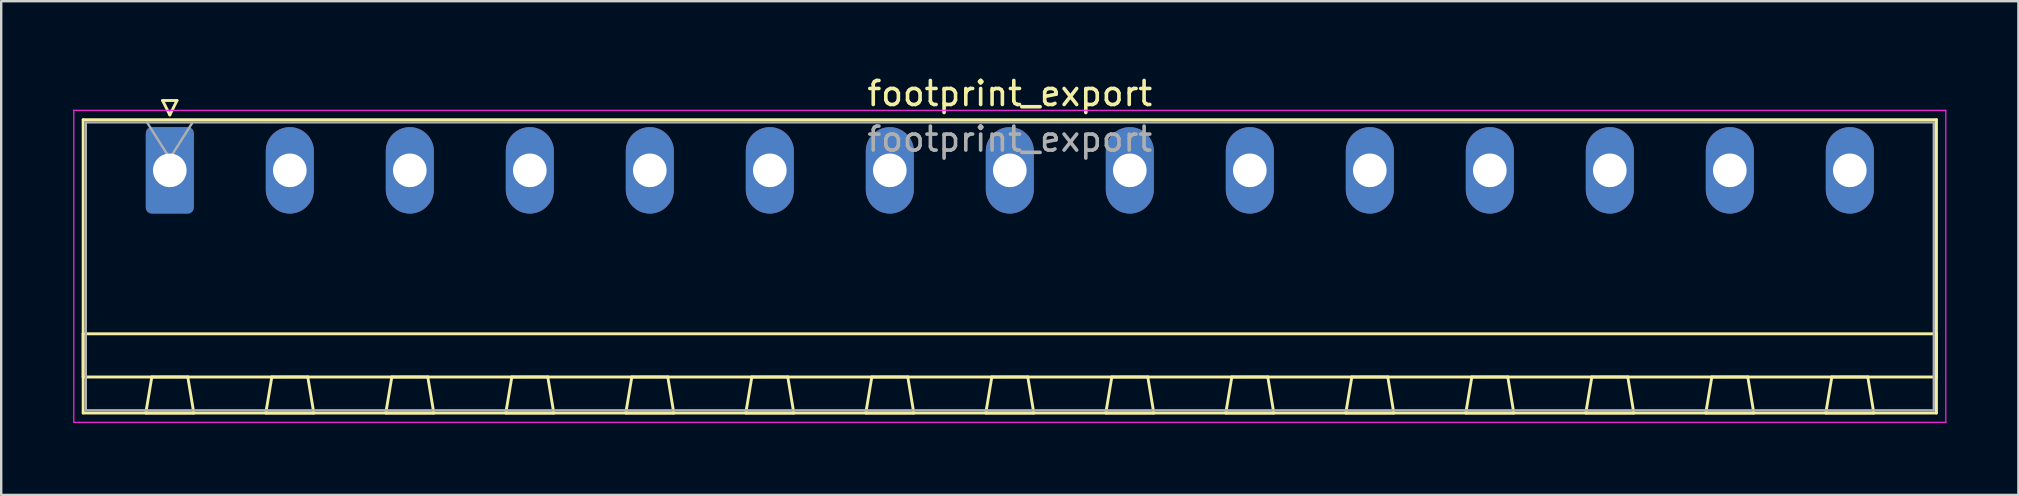
<source format=kicad_pcb>
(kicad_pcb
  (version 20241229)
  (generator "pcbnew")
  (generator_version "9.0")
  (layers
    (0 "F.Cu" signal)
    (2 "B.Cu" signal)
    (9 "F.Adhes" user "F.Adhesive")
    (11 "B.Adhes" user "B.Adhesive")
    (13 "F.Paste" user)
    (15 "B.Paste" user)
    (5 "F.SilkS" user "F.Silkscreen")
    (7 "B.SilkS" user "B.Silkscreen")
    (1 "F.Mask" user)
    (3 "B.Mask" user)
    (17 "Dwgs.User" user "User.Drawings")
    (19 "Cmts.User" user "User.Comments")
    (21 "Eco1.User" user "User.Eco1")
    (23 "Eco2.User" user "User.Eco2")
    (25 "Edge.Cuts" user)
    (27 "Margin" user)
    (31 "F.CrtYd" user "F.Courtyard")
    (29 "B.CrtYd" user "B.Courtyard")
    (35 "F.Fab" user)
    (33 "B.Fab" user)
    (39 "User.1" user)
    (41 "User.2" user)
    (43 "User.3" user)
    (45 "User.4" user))
  (footprint "footprint_export"
    (layer "F.Cu")
    (at 4.025 4.048)
    (property "Reference" "footprint_export" (at 35 -3.2 0) (layer "F.SilkS") (effects (font (size 1 1) (thickness 0.15))))
    (attr through_hole)
    (fp_line (start -3.61 -2.11) (end -3.61 10.11) (stroke (width 0.12) (type solid)) (layer "F.SilkS"))
    (fp_line (start -3.61 6.81) (end 73.61 6.81) (stroke (width 0.12) (type solid)) (layer "F.SilkS"))
    (fp_line (start -3.61 8.61) (end -3.61 6.81) (stroke (width 0.12) (type solid)) (layer "F.SilkS"))
    (fp_line (start -3.61 10.11) (end 73.61 10.11) (stroke (width 0.12) (type solid)) (layer "F.SilkS"))
    (fp_line (start -1 10.11) (end 1 10.11) (stroke (width 0.12) (type solid)) (layer "F.SilkS"))
    (fp_line (start -0.75 8.61) (end -1 10.11) (stroke (width 0.12) (type solid)) (layer "F.SilkS"))
    (fp_line (start -0.3 -2.91) (end 0.3 -2.91) (stroke (width 0.12) (type solid)) (layer "F.SilkS"))
    (fp_line (start 0 -2.31) (end -0.3 -2.91) (stroke (width 0.12) (type solid)) (layer "F.SilkS"))
    (fp_line (start 0.3 -2.91) (end 0 -2.31) (stroke (width 0.12) (type solid)) (layer "F.SilkS"))
    (fp_line (start 0.75 8.61) (end -0.75 8.61) (stroke (width 0.12) (type solid)) (layer "F.SilkS"))
    (fp_line (start 1 10.11) (end 0.75 8.61) (stroke (width 0.12) (type solid)) (layer "F.SilkS"))
    (fp_line (start 4 10.11) (end 6 10.11) (stroke (width 0.12) (type solid)) (layer "F.SilkS"))
    (fp_line (start 4.25 8.61) (end 4 10.11) (stroke (width 0.12) (type solid)) (layer "F.SilkS"))
    (fp_line (start 5.75 8.61) (end 4.25 8.61) (stroke (width 0.12) (type solid)) (layer "F.SilkS"))
    (fp_line (start 6 10.11) (end 5.75 8.61) (stroke (width 0.12) (type solid)) (layer "F.SilkS"))
    (fp_line (start 9 10.11) (end 11 10.11) (stroke (width 0.12) (type solid)) (layer "F.SilkS"))
    (fp_line (start 9.25 8.61) (end 9 10.11) (stroke (width 0.12) (type solid)) (layer "F.SilkS"))
    (fp_line (start 10.75 8.61) (end 9.25 8.61) (stroke (width 0.12) (type solid)) (layer "F.SilkS"))
    (fp_line (start 11 10.11) (end 10.75 8.61) (stroke (width 0.12) (type solid)) (layer "F.SilkS"))
    (fp_line (start 14 10.11) (end 16 10.11) (stroke (width 0.12) (type solid)) (layer "F.SilkS"))
    (fp_line (start 14.25 8.61) (end 14 10.11) (stroke (width 0.12) (type solid)) (layer "F.SilkS"))
    (fp_line (start 15.75 8.61) (end 14.25 8.61) (stroke (width 0.12) (type solid)) (layer "F.SilkS"))
    (fp_line (start 16 10.11) (end 15.75 8.61) (stroke (width 0.12) (type solid)) (layer "F.SilkS"))
    (fp_line (start 19 10.11) (end 21 10.11) (stroke (width 0.12) (type solid)) (layer "F.SilkS"))
    (fp_line (start 19.25 8.61) (end 19 10.11) (stroke (width 0.12) (type solid)) (layer "F.SilkS"))
    (fp_line (start 20.75 8.61) (end 19.25 8.61) (stroke (width 0.12) (type solid)) (layer "F.SilkS"))
    (fp_line (start 21 10.11) (end 20.75 8.61) (stroke (width 0.12) (type solid)) (layer "F.SilkS"))
    (fp_line (start 24 10.11) (end 26 10.11) (stroke (width 0.12) (type solid)) (layer "F.SilkS"))
    (fp_line (start 24.25 8.61) (end 24 10.11) (stroke (width 0.12) (type solid)) (layer "F.SilkS"))
    (fp_line (start 25.75 8.61) (end 24.25 8.61) (stroke (width 0.12) (type solid)) (layer "F.SilkS"))
    (fp_line (start 26 10.11) (end 25.75 8.61) (stroke (width 0.12) (type solid)) (layer "F.SilkS"))
    (fp_line (start 29 10.11) (end 31 10.11) (stroke (width 0.12) (type solid)) (layer "F.SilkS"))
    (fp_line (start 29.25 8.61) (end 29 10.11) (stroke (width 0.12) (type solid)) (layer "F.SilkS"))
    (fp_line (start 30.75 8.61) (end 29.25 8.61) (stroke (width 0.12) (type solid)) (layer "F.SilkS"))
    (fp_line (start 31 10.11) (end 30.75 8.61) (stroke (width 0.12) (type solid)) (layer "F.SilkS"))
    (fp_line (start 34 10.11) (end 36 10.11) (stroke (width 0.12) (type solid)) (layer "F.SilkS"))
    (fp_line (start 34.25 8.61) (end 34 10.11) (stroke (width 0.12) (type solid)) (layer "F.SilkS"))
    (fp_line (start 35.75 8.61) (end 34.25 8.61) (stroke (width 0.12) (type solid)) (layer "F.SilkS"))
    (fp_line (start 36 10.11) (end 35.75 8.61) (stroke (width 0.12) (type solid)) (layer "F.SilkS"))
    (fp_line (start 39 10.11) (end 41 10.11) (stroke (width 0.12) (type solid)) (layer "F.SilkS"))
    (fp_line (start 39.25 8.61) (end 39 10.11) (stroke (width 0.12) (type solid)) (layer "F.SilkS"))
    (fp_line (start 40.75 8.61) (end 39.25 8.61) (stroke (width 0.12) (type solid)) (layer "F.SilkS"))
    (fp_line (start 41 10.11) (end 40.75 8.61) (stroke (width 0.12) (type solid)) (layer "F.SilkS"))
    (fp_line (start 44 10.11) (end 46 10.11) (stroke (width 0.12) (type solid)) (layer "F.SilkS"))
    (fp_line (start 44.25 8.61) (end 44 10.11) (stroke (width 0.12) (type solid)) (layer "F.SilkS"))
    (fp_line (start 45.75 8.61) (end 44.25 8.61) (stroke (width 0.12) (type solid)) (layer "F.SilkS"))
    (fp_line (start 46 10.11) (end 45.75 8.61) (stroke (width 0.12) (type solid)) (layer "F.SilkS"))
    (fp_line (start 49 10.11) (end 51 10.11) (stroke (width 0.12) (type solid)) (layer "F.SilkS"))
    (fp_line (start 49.25 8.61) (end 49 10.11) (stroke (width 0.12) (type solid)) (layer "F.SilkS"))
    (fp_line (start 50.75 8.61) (end 49.25 8.61) (stroke (width 0.12) (type solid)) (layer "F.SilkS"))
    (fp_line (start 51 10.11) (end 50.75 8.61) (stroke (width 0.12) (type solid)) (layer "F.SilkS"))
    (fp_line (start 54 10.11) (end 56 10.11) (stroke (width 0.12) (type solid)) (layer "F.SilkS"))
    (fp_line (start 54.25 8.61) (end 54 10.11) (stroke (width 0.12) (type solid)) (layer "F.SilkS"))
    (fp_line (start 55.75 8.61) (end 54.25 8.61) (stroke (width 0.12) (type solid)) (layer "F.SilkS"))
    (fp_line (start 56 10.11) (end 55.75 8.61) (stroke (width 0.12) (type solid)) (layer "F.SilkS"))
    (fp_line (start 59 10.11) (end 61 10.11) (stroke (width 0.12) (type solid)) (layer "F.SilkS"))
    (fp_line (start 59.25 8.61) (end 59 10.11) (stroke (width 0.12) (type solid)) (layer "F.SilkS"))
    (fp_line (start 60.75 8.61) (end 59.25 8.61) (stroke (width 0.12) (type solid)) (layer "F.SilkS"))
    (fp_line (start 61 10.11) (end 60.75 8.61) (stroke (width 0.12) (type solid)) (layer "F.SilkS"))
    (fp_line (start 64 10.11) (end 66 10.11) (stroke (width 0.12) (type solid)) (layer "F.SilkS"))
    (fp_line (start 64.25 8.61) (end 64 10.11) (stroke (width 0.12) (type solid)) (layer "F.SilkS"))
    (fp_line (start 65.75 8.61) (end 64.25 8.61) (stroke (width 0.12) (type solid)) (layer "F.SilkS"))
    (fp_line (start 66 10.11) (end 65.75 8.61) (stroke (width 0.12) (type solid)) (layer "F.SilkS"))
    (fp_line (start 69 10.11) (end 71 10.11) (stroke (width 0.12) (type solid)) (layer "F.SilkS"))
    (fp_line (start 69.25 8.61) (end 69 10.11) (stroke (width 0.12) (type solid)) (layer "F.SilkS"))
    (fp_line (start 70.75 8.61) (end 69.25 8.61) (stroke (width 0.12) (type solid)) (layer "F.SilkS"))
    (fp_line (start 71 10.11) (end 70.75 8.61) (stroke (width 0.12) (type solid)) (layer "F.SilkS"))
    (fp_line (start 73.61 -2.11) (end -3.61 -2.11) (stroke (width 0.12) (type solid)) (layer "F.SilkS"))
    (fp_line (start 73.61 6.81) (end 73.61 8.61) (stroke (width 0.12) (type solid)) (layer "F.SilkS"))
    (fp_line (start 73.61 8.61) (end -3.61 8.61) (stroke (width 0.12) (type solid)) (layer "F.SilkS"))
    (fp_line (start 73.61 10.11) (end 73.61 -2.11) (stroke (width 0.12) (type solid)) (layer "F.SilkS"))
    (fp_line (start -4 -2.5) (end -4 10.5) (stroke (width 0.05) (type solid)) (layer "F.CrtYd"))
    (fp_line (start -4 10.5) (end 74 10.5) (stroke (width 0.05) (type solid)) (layer "F.CrtYd"))
    (fp_line (start 74 -2.5) (end -4 -2.5) (stroke (width 0.05) (type solid)) (layer "F.CrtYd"))
    (fp_line (start 74 10.5) (end 74 -2.5) (stroke (width 0.05) (type solid)) (layer "F.CrtYd"))
    (fp_line (start -3.5 -2) (end -3.5 10) (stroke (width 0.1) (type solid)) (layer "F.Fab"))
    (fp_line (start -3.5 10) (end 73.5 10) (stroke (width 0.1) (type solid)) (layer "F.Fab"))
    (fp_line (start 0 -0.5) (end -0.95 -2) (stroke (width 0.1) (type solid)) (layer "F.Fab"))
    (fp_line (start 0.95 -2) (end 0 -0.5) (stroke (width 0.1) (type solid)) (layer "F.Fab"))
    (fp_line (start 73.5 -2) (end -3.5 -2) (stroke (width 0.1) (type solid)) (layer "F.Fab"))
    (fp_line (start 73.5 10) (end 73.5 -2) (stroke (width 0.1) (type solid)) (layer "F.Fab"))
    (fp_text user "${REFERENCE}" (at 35 -1.3 0) (layer "F.Fab") (effects (font (size 1 1) (thickness 0.15))))
    (pad "1" thru_hole roundrect (at 0 0) (size 2 3.6) (drill 1.4) (layers "*.Cu" "*.Mask") (roundrect_rratio 0.125))
    (pad "2" thru_hole oval (at 5 0) (size 2 3.6) (drill 1.4) (layers "*.Cu" "*.Mask"))
    (pad "3" thru_hole oval (at 10 0) (size 2 3.6) (drill 1.4) (layers "*.Cu" "*.Mask"))
    (pad "4" thru_hole oval (at 15 0) (size 2 3.6) (drill 1.4) (layers "*.Cu" "*.Mask"))
    (pad "5" thru_hole oval (at 20 0) (size 2 3.6) (drill 1.4) (layers "*.Cu" "*.Mask"))
    (pad "6" thru_hole oval (at 25 0) (size 2 3.6) (drill 1.4) (layers "*.Cu" "*.Mask"))
    (pad "7" thru_hole oval (at 30 0) (size 2 3.6) (drill 1.4) (layers "*.Cu" "*.Mask"))
    (pad "8" thru_hole oval (at 35 0) (size 2 3.6) (drill 1.4) (layers "*.Cu" "*.Mask"))
    (pad "9" thru_hole oval (at 40 0) (size 2 3.6) (drill 1.4) (layers "*.Cu" "*.Mask"))
    (pad "10" thru_hole oval (at 45 0) (size 2 3.6) (drill 1.4) (layers "*.Cu" "*.Mask"))
    (pad "11" thru_hole oval (at 50 0) (size 2 3.6) (drill 1.4) (layers "*.Cu" "*.Mask"))
    (pad "12" thru_hole oval (at 55 0) (size 2 3.6) (drill 1.4) (layers "*.Cu" "*.Mask"))
    (pad "13" thru_hole oval (at 60 0) (size 2 3.6) (drill 1.4) (layers "*.Cu" "*.Mask"))
    (pad "14" thru_hole oval (at 65 0) (size 2 3.6) (drill 1.4) (layers "*.Cu" "*.Mask"))
    (pad "15" thru_hole oval (at 70 0) (size 2 3.6) (drill 1.4) (layers "*.Cu" "*.Mask")))
  (gr_rect
    (start -3 -3)
    (end 81.05 17.573)
    (stroke (width 0.1) (type default))
    (fill no)
    (layer "Edge.Cuts")))
</source>
